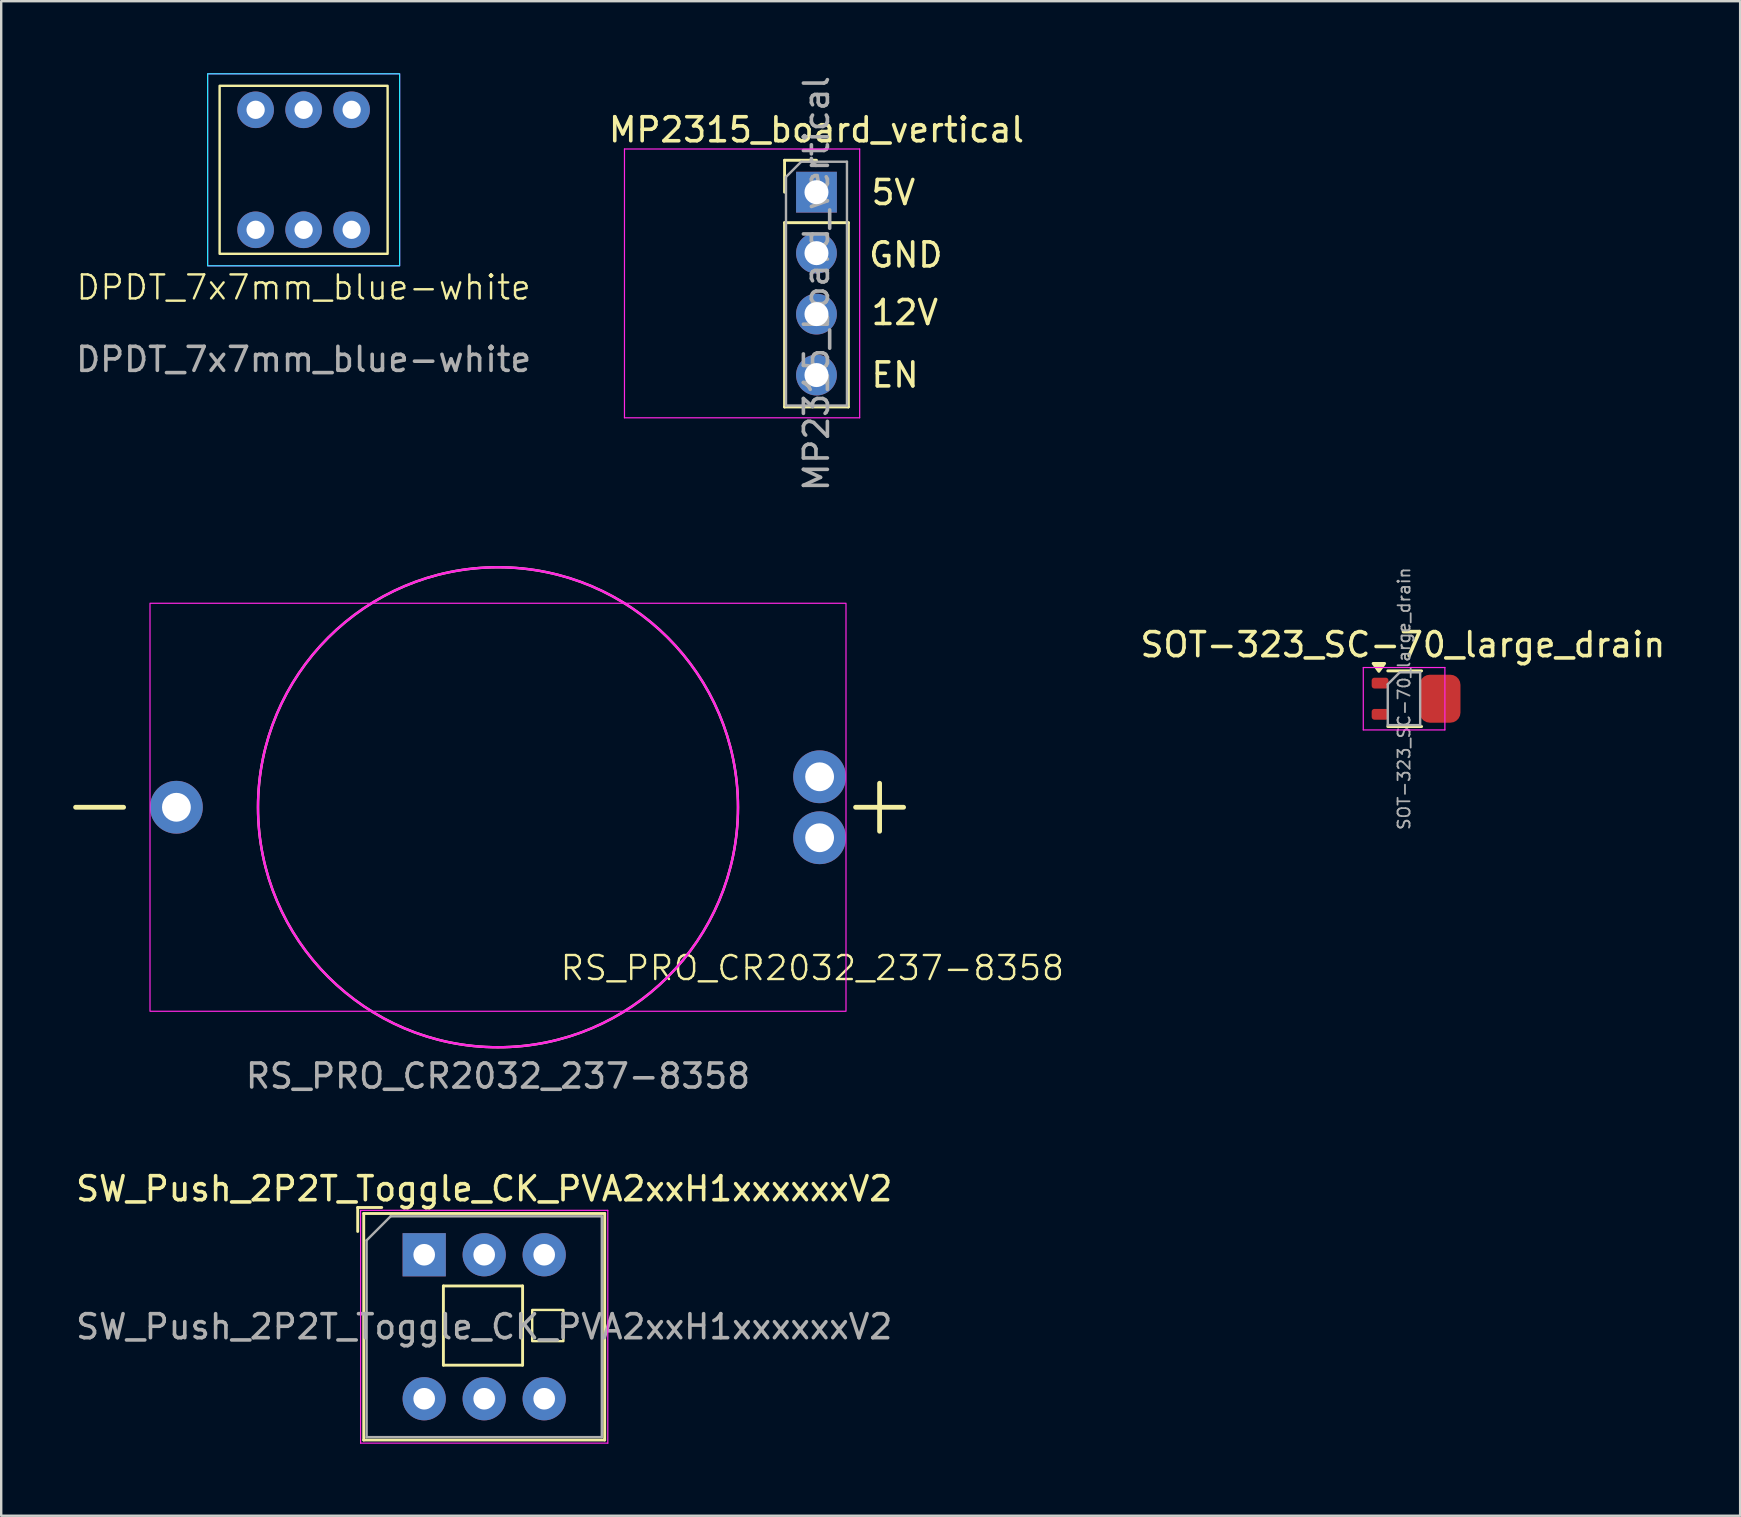
<source format=kicad_pcb>
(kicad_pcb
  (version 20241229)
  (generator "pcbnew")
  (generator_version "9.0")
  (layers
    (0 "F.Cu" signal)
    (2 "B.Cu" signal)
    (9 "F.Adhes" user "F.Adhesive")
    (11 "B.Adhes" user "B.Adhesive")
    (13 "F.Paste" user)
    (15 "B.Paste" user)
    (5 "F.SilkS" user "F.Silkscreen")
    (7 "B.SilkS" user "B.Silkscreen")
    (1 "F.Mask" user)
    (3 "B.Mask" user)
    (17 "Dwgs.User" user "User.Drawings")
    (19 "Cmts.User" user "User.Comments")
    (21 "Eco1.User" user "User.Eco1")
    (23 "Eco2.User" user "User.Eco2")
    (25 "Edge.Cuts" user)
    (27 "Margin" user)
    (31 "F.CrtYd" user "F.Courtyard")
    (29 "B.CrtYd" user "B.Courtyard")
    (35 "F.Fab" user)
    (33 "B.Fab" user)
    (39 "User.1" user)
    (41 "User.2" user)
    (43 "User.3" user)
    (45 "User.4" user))
  (footprint "SW_Push_2P2T_Toggle_CK_PVA2xxH1xxxxxxV2"
    (layer "F.Cu")
    (at 14.625 49.232)
    (property "Reference" "SW_Push_2P2T_Toggle_CK_PVA2xxH1xxxxxxV2" (at 2.5 -2.75 0) (layer "F.SilkS") (effects (font (size 1 1) (thickness 0.15))))
    (attr through_hole)
    (fp_line (start -2.77 -0.97) (end -2.77 -1.97) (stroke (width 0.12) (type solid)) (layer "F.SilkS"))
    (fp_line (start -2.52 7.72) (end -2.52 -1.72) (stroke (width 0.12) (type solid)) (layer "F.SilkS"))
    (fp_line (start -1.77 -1.97) (end -2.77 -1.97) (stroke (width 0.12) (type solid)) (layer "F.SilkS"))
    (fp_line (start 0.8 1.3) (end 0.8 4.6) (stroke (width 0.12) (type solid)) (layer "F.SilkS"))
    (fp_line (start 4.1 1.3) (end 0.8 1.3) (stroke (width 0.12) (type solid)) (layer "F.SilkS"))
    (fp_line (start 4.1 1.3) (end 4.1 4.6) (stroke (width 0.12) (type solid)) (layer "F.SilkS"))
    (fp_line (start 4.1 4.6) (end 0.8 4.6) (stroke (width 0.12) (type solid)) (layer "F.SilkS"))
    (fp_line (start 7.52 -1.72) (end -2.52 -1.72) (stroke (width 0.12) (type solid)) (layer "F.SilkS"))
    (fp_line (start 7.52 7.72) (end -2.52 7.72) (stroke (width 0.12) (type solid)) (layer "F.SilkS"))
    (fp_line (start 7.52 7.72) (end 7.52 -1.72) (stroke (width 0.12) (type solid)) (layer "F.SilkS"))
    (fp_rect (start 4.5 2.3) (end 5.8 3.6) (stroke (width 0.1) (type default)) (fill no) (layer "F.SilkS"))
    (fp_line (start -2.65 -1.85) (end 7.65 -1.85) (stroke (width 0.05) (type solid)) (layer "F.CrtYd"))
    (fp_line (start -2.65 7.85) (end -2.65 -1.85) (stroke (width 0.05) (type solid)) (layer "F.CrtYd"))
    (fp_line (start -2.65 7.85) (end 7.65 7.85) (stroke (width 0.05) (type solid)) (layer "F.CrtYd"))
    (fp_line (start 7.65 -1.85) (end 7.65 7.85) (stroke (width 0.05) (type solid)) (layer "F.CrtYd"))
    (fp_line (start -2.4 -0.6) (end -1.4 -1.6) (stroke (width 0.1) (type solid)) (layer "F.Fab"))
    (fp_line (start -2.4 7.6) (end -2.4 -0.6) (stroke (width 0.1) (type solid)) (layer "F.Fab"))
    (fp_line (start -1.4 -1.6) (end 7.4 -1.6) (stroke (width 0.1) (type solid)) (layer "F.Fab"))
    (fp_line (start 7.4 -1.6) (end 7.4 7.6) (stroke (width 0.1) (type solid)) (layer "F.Fab"))
    (fp_line (start 7.4 7.6) (end -2.4 7.6) (stroke (width 0.1) (type solid)) (layer "F.Fab"))
    (fp_text user "${REFERENCE}" (at 2.5 3 0) (layer "F.Fab") (effects (font (size 1 1) (thickness 0.15))))
    (pad "1" thru_hole rect (at 0 0) (size 1.8 1.8) (drill 0.9) (layers "*.Cu" "*.Mask"))
    (pad "2" thru_hole circle (at 2.5 0) (size 1.8 1.8) (drill 0.9) (layers "*.Cu" "*.Mask"))
    (pad "3" thru_hole circle (at 5 0) (size 1.8 1.8) (drill 0.9) (layers "*.Cu" "*.Mask"))
    (pad "4" thru_hole circle (at 0 6) (size 1.8 1.8) (drill 0.9) (layers "*.Cu" "*.Mask"))
    (pad "5" thru_hole circle (at 2.5 6) (size 1.8 1.8) (drill 0.9) (layers "*.Cu" "*.Mask"))
    (pad "6" thru_hole circle (at 5 6) (size 1.8 1.8) (drill 0.9) (layers "*.Cu" "*.Mask")))
  (footprint "RS_PRO_CR2032_237-8358"
    (layer "F.Cu")
    (at 17.7 30.586)
    (property "Reference" "RS_PRO_CR2032_237-8358" (at 13.1 6.7 0) (unlocked yes) (layer "F.SilkS") (effects (font (size 1 1) (thickness 0.1))))
    (attr through_hole)
    (fp_line (start -17.6 0) (end -15.6 0) (stroke (width 0.2) (type default)) (layer "F.SilkS"))
    (fp_line (start 14.9 0) (end 16.9 0) (stroke (width 0.2) (type default)) (layer "F.SilkS"))
    (fp_line (start 15.9 1) (end 15.9 -1) (stroke (width 0.2) (type default)) (layer "F.SilkS"))
    (fp_circle (center 0 0) (end -10 0) (stroke (width 0.1) (type default)) (fill no) (layer "F.SilkS"))
    (fp_rect (start -14.5 -8.5) (end 14.5 8.5) (stroke (width 0.05) (type default)) (fill no) (layer "F.CrtYd"))
    (fp_circle (center 0 0) (end 10 0) (stroke (width 0.1) (type default)) (fill no) (layer "F.CrtYd"))
    (fp_text user "${REFERENCE}" (at 0 11.2 0) (unlocked yes) (layer "F.Fab") (effects (font (size 1 1) (thickness 0.15))))
    (pad "1" thru_hole circle (at 13.4 -1.27) (size 2.2 2.2) (drill 1.2) (layers "*.Cu" "*.Mask"))
    (pad "2" thru_hole circle (at 13.4 1.27) (size 2.2 2.2) (drill 1.2) (layers "*.Cu" "*.Mask"))
    (pad "3" thru_hole circle (at -13.4 0) (size 2.2 2.2) (drill 1.2) (layers "*.Cu" "*.Mask")))
  (footprint "DPDT_7x7mm_blue-white"
    (layer "F.Cu")
    (at 9.601 4.025)
    (property "Reference" "DPDT_7x7mm_blue-white" (at 0 4.9 0) (unlocked yes) (layer "F.SilkS") (effects (font (size 1 1) (thickness 0.1))))
    (attr through_hole)
    (fp_rect (start -3.5 -3.5) (end 3.5 3.5) (stroke (width 0.1) (type default)) (fill no) (layer "F.SilkS"))
    (fp_rect (start -4 -4) (end 4 4) (stroke (width 0.05) (type default)) (fill no) (layer "B.CrtYd"))
    (fp_rect (start -4 -4) (end 4 4) (stroke (width 0.05) (type default)) (fill no) (layer "F.CrtYd"))
    (fp_text user "${REFERENCE}" (at 0 7.9 0) (unlocked yes) (layer "F.Fab") (effects (font (size 1 1) (thickness 0.15))))
    (pad "1" thru_hole circle (at -2 -2.5) (size 1.524 1.524) (drill 0.762) (layers "*.Cu" "*.Mask"))
    (pad "2" thru_hole circle (at 0 -2.5) (size 1.524 1.524) (drill 0.762) (layers "*.Cu" "*.Mask"))
    (pad "3" thru_hole circle (at 2 -2.5) (size 1.524 1.524) (drill 0.762) (layers "*.Cu" "*.Mask"))
    (pad "4" thru_hole circle (at -2 2.5) (size 1.524 1.524) (drill 0.762) (layers "*.Cu" "*.Mask"))
    (pad "5" thru_hole circle (at 0 2.5) (size 1.524 1.524) (drill 0.762) (layers "*.Cu" "*.Mask"))
    (pad "6" thru_hole circle (at 2 2.5) (size 1.524 1.524) (drill 0.762) (layers "*.Cu" "*.Mask")))
  (footprint "MP2315_board_vertical"
    (layer "F.Cu")
    (at 30.97 4.958)
    (property "Reference" "MP2315_board_vertical" (at 0 -2.6 0) (layer "F.SilkS") (effects (font (size 1 1) (thickness 0.15))))
    (attr through_hole)
    (fp_line (start -1.33 -1.33) (end 0 -1.33) (stroke (width 0.12) (type solid)) (layer "F.SilkS"))
    (fp_line (start -1.33 0) (end -1.33 -1.33) (stroke (width 0.12) (type solid)) (layer "F.SilkS"))
    (fp_line (start -1.33 1.27) (end -1.33 8.95) (stroke (width 0.12) (type solid)) (layer "F.SilkS"))
    (fp_line (start -1.33 1.27) (end 1.33 1.27) (stroke (width 0.12) (type solid)) (layer "F.SilkS"))
    (fp_line (start -1.33 8.95) (end 1.33 8.95) (stroke (width 0.12) (type solid)) (layer "F.SilkS"))
    (fp_line (start 1.33 1.27) (end 1.33 8.95) (stroke (width 0.12) (type solid)) (layer "F.SilkS"))
    (fp_line (start -8 -1.8) (end -8 9.4) (stroke (width 0.05) (type solid)) (layer "F.CrtYd"))
    (fp_line (start -8 9.4) (end 1.8 9.4) (stroke (width 0.05) (type solid)) (layer "F.CrtYd"))
    (fp_line (start 1.8 -1.8) (end -8 -1.8) (stroke (width 0.05) (type solid)) (layer "F.CrtYd"))
    (fp_line (start 1.8 9.4) (end 1.8 -1.8) (stroke (width 0.05) (type solid)) (layer "F.CrtYd"))
    (fp_line (start -1.27 -0.635) (end -0.635 -1.27) (stroke (width 0.1) (type solid)) (layer "F.Fab"))
    (fp_line (start -1.27 8.89) (end -1.27 -0.635) (stroke (width 0.1) (type solid)) (layer "F.Fab"))
    (fp_line (start -0.635 -1.27) (end 1.27 -1.27) (stroke (width 0.1) (type solid)) (layer "F.Fab"))
    (fp_line (start 1.27 -1.27) (end 1.27 8.89) (stroke (width 0.1) (type solid)) (layer "F.Fab"))
    (fp_line (start 1.27 8.89) (end -1.27 8.89) (stroke (width 0.1) (type solid)) (layer "F.Fab"))
    (fp_text user "GND" (at 2.1 3.2 0) (unlocked yes) (layer "F.SilkS") (effects (font (size 1 1) (thickness 0.15)) (justify left bottom)))
    (fp_text user "12V" (at 2.2 5.6 0) (unlocked yes) (layer "F.SilkS") (effects (font (size 1 1) (thickness 0.15)) (justify left bottom)))
    (fp_text user "EN" (at 2.2 8.2 0) (unlocked yes) (layer "F.SilkS") (effects (font (size 1 1) (thickness 0.15)) (justify left bottom)))
    (fp_text user "5V" (at 2.2 0.6 0) (unlocked yes) (layer "F.SilkS") (effects (font (size 1 1) (thickness 0.15)) (justify left bottom)))
    (fp_text user "${REFERENCE}" (at 0 3.81 90) (layer "F.Fab") (effects (font (size 1 1) (thickness 0.15))))
    (pad "1" thru_hole rect (at 0 0) (size 1.7 1.7) (drill 1) (layers "*.Cu" "*.Mask"))
    (pad "2" thru_hole oval (at 0 2.54) (size 1.7 1.7) (drill 1) (layers "*.Cu" "*.Mask"))
    (pad "3" thru_hole oval (at 0 5.08) (size 1.7 1.7) (drill 1) (layers "*.Cu" "*.Mask"))
    (pad "4" thru_hole oval (at 0 7.62) (size 1.7 1.7) (drill 1) (layers "*.Cu" "*.Mask")))
  (footprint "SOT-323_SC-70_large_drain"
    (layer "F.Cu")
    (at 55.454 26.063)
    (property "Reference" "SOT-323_SC-70_large_drain" (at -0.05 -2.25 0) (layer "F.SilkS") (effects (font (size 1 1) (thickness 0.15))))
    (attr smd)
    (fp_line (start -0.68 -1.16) (end 0.73 -1.16) (stroke (width 0.12) (type solid)) (layer "F.SilkS"))
    (fp_line (start -0.68 1.16) (end 0.73 1.16) (stroke (width 0.12) (type solid)) (layer "F.SilkS"))
    (fp_poly (pts (xy -1.05 -1.14) (xy -1.29 -1.47) (xy -0.81 -1.47) (xy -1.05 -1.14)) (stroke (width 0.12) (type solid)) (fill yes) (layer "F.SilkS"))
    (fp_line (start -1.7 -1.3) (end 1.7 -1.3) (stroke (width 0.05) (type solid)) (layer "F.CrtYd"))
    (fp_line (start -1.7 1.3) (end -1.7 -1.3) (stroke (width 0.05) (type solid)) (layer "F.CrtYd"))
    (fp_line (start 1.7 -1.3) (end 1.7 1.3) (stroke (width 0.05) (type solid)) (layer "F.CrtYd"))
    (fp_line (start 1.7 1.3) (end -1.7 1.3) (stroke (width 0.05) (type solid)) (layer "F.CrtYd"))
    (fp_line (start -0.68 -0.6) (end -0.68 1.1) (stroke (width 0.1) (type solid)) (layer "F.Fab"))
    (fp_line (start -0.18 -1.1) (end -0.68 -0.6) (stroke (width 0.1) (type solid)) (layer "F.Fab"))
    (fp_line (start 0.67 -1.1) (end -0.18 -1.1) (stroke (width 0.1) (type solid)) (layer "F.Fab"))
    (fp_line (start 0.67 -1.1) (end 0.67 1.1) (stroke (width 0.1) (type solid)) (layer "F.Fab"))
    (fp_line (start 0.67 1.1) (end -0.68 1.1) (stroke (width 0.1) (type solid)) (layer "F.Fab"))
    (fp_text user "${REFERENCE}" (at 0 0 90) (layer "F.Fab") (effects (font (size 0.5 0.5) (thickness 0.075))))
    (pad "1" smd roundrect (at -1 -0.65 270) (size 0.45 0.7) (layers "F.Cu" "F.Mask" "F.Paste") (roundrect_rratio 0.25))
    (pad "2" smd roundrect (at -1 0.65 270) (size 0.45 0.7) (layers "F.Cu" "F.Mask" "F.Paste") (roundrect_rratio 0.25))
    (pad "3" smd roundrect (at 1.5 0 270) (size 2 1.7) (layers "F.Cu" "F.Mask" "F.Paste") (roundrect_rratio 0.25)))
  (gr_rect
    (start -3 -3)
    (end 69.457 60.107)
    (stroke (width 0.1) (type default))
    (fill no)
    (layer "Edge.Cuts")))
</source>
